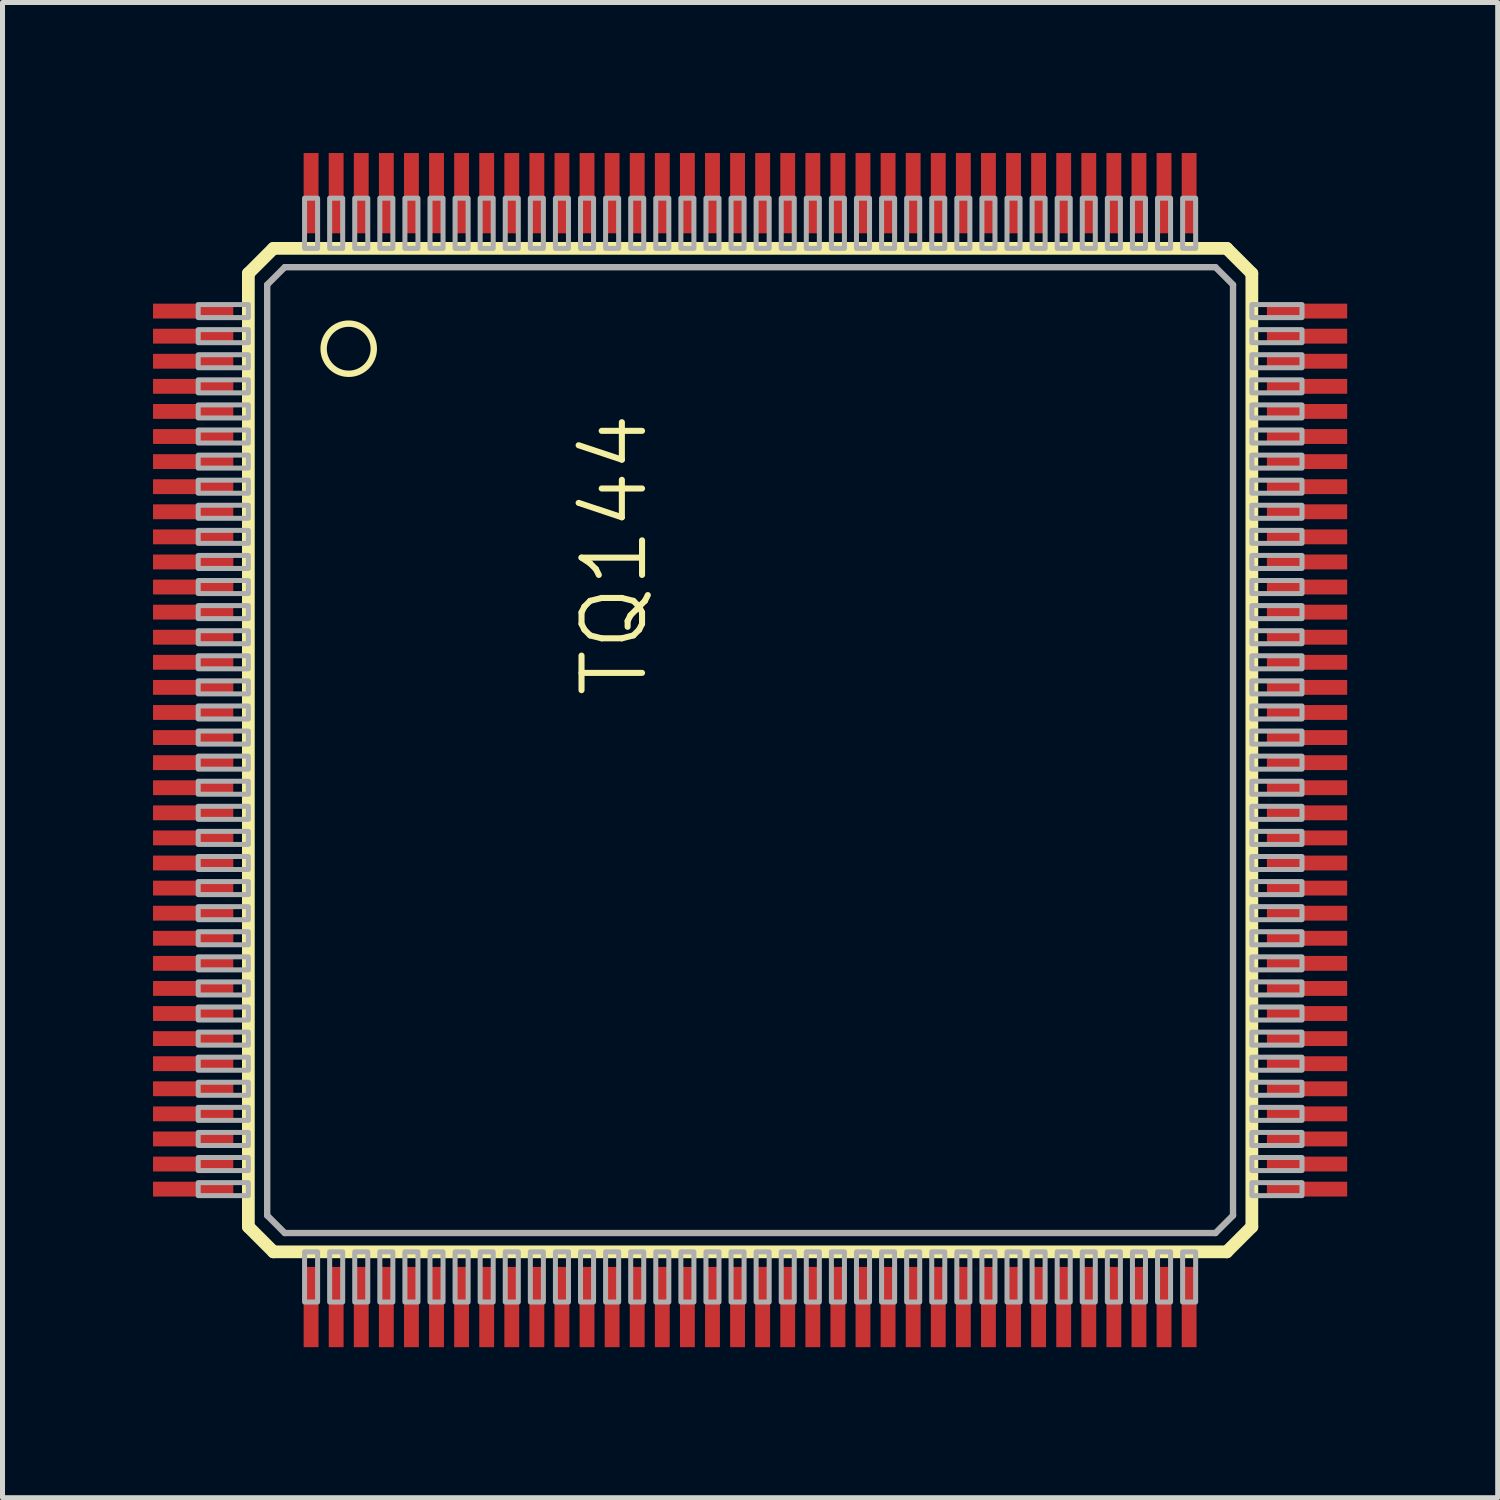
<source format=kicad_pcb>
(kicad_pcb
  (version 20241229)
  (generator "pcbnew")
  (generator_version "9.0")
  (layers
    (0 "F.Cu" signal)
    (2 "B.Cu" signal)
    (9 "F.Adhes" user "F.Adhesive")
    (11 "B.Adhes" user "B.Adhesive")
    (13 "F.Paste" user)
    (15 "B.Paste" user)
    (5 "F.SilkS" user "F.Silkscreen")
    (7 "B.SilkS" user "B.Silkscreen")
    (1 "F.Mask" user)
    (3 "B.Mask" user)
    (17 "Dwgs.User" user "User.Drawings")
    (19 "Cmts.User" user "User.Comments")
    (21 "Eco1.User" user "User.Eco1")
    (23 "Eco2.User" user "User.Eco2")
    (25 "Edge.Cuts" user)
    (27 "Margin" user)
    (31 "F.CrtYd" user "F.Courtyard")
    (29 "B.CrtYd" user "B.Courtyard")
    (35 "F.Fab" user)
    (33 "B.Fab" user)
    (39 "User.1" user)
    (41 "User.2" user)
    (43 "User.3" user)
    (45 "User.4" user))
  (footprint "TQ144"
    (layer "F.Cu")
    (at 11.9 11.9)
    (property "Reference" "TQ144" (at -2 -1 90) (layer "F.SilkS") (effects (font (size 1.206 1.206) (thickness 0.121)) (justify left bottom)))
    (attr through_hole)
    (fp_line (start -10 -9.5) (end -10 9.5) (stroke (width 0.254) (type solid)) (layer "F.SilkS"))
    (fp_line (start -10 9.5) (end -9.5 10) (stroke (width 0.254) (type solid)) (layer "F.SilkS"))
    (fp_line (start -9.5 -10) (end -10 -9.5) (stroke (width 0.254) (type solid)) (layer "F.SilkS"))
    (fp_line (start -9.5 10) (end 9.5 10) (stroke (width 0.254) (type solid)) (layer "F.SilkS"))
    (fp_line (start 9.5 -10) (end -9.5 -10) (stroke (width 0.254) (type solid)) (layer "F.SilkS"))
    (fp_line (start 9.5 10) (end 10 9.5) (stroke (width 0.254) (type solid)) (layer "F.SilkS"))
    (fp_line (start 10 -9.5) (end 9.5 -10) (stroke (width 0.254) (type solid)) (layer "F.SilkS"))
    (fp_line (start 10 9.5) (end 10 -9.5) (stroke (width 0.254) (type solid)) (layer "F.SilkS"))
    (fp_circle (center -8 -8) (end -7.5 -8) (stroke (width 0.127) (type solid)) (fill no) (layer "F.SilkS"))
    (fp_line (start -9.625 -9.275) (end -9.625 9.275) (stroke (width 0.127) (type solid)) (layer "F.Fab"))
    (fp_line (start -9.625 9.275) (end -9.275 9.625) (stroke (width 0.127) (type solid)) (layer "F.Fab"))
    (fp_line (start -9.275 -9.625) (end -9.625 -9.275) (stroke (width 0.127) (type solid)) (layer "F.Fab"))
    (fp_line (start -9.275 9.625) (end 9.275 9.625) (stroke (width 0.127) (type solid)) (layer "F.Fab"))
    (fp_line (start 9.275 -9.625) (end -9.275 -9.625) (stroke (width 0.127) (type solid)) (layer "F.Fab"))
    (fp_line (start 9.275 9.625) (end 9.625 9.275) (stroke (width 0.127) (type solid)) (layer "F.Fab"))
    (fp_line (start 9.625 -9.275) (end 9.275 -9.625) (stroke (width 0.127) (type solid)) (layer "F.Fab"))
    (fp_line (start 9.625 9.275) (end 9.625 -9.275) (stroke (width 0.127) (type solid)) (layer "F.Fab"))
    (fp_poly (pts (xy -11 -8.62) (xy -10 -8.62) (xy -10 -8.88) (xy -11 -8.88)) (stroke (width 0.1) (type solid)) (fill no) (layer "F.Fab"))
    (fp_poly (pts (xy -11 -8.12) (xy -10 -8.12) (xy -10 -8.38) (xy -11 -8.38)) (stroke (width 0.1) (type solid)) (fill no) (layer "F.Fab"))
    (fp_poly (pts (xy -11 -7.62) (xy -10 -7.62) (xy -10 -7.88) (xy -11 -7.88)) (stroke (width 0.1) (type solid)) (fill no) (layer "F.Fab"))
    (fp_poly (pts (xy -11 -7.12) (xy -10 -7.12) (xy -10 -7.38) (xy -11 -7.38)) (stroke (width 0.1) (type solid)) (fill no) (layer "F.Fab"))
    (fp_poly (pts (xy -11 -6.62) (xy -10 -6.62) (xy -10 -6.88) (xy -11 -6.88)) (stroke (width 0.1) (type solid)) (fill no) (layer "F.Fab"))
    (fp_poly (pts (xy -11 -6.12) (xy -10 -6.12) (xy -10 -6.38) (xy -11 -6.38)) (stroke (width 0.1) (type solid)) (fill no) (layer "F.Fab"))
    (fp_poly (pts (xy -11 -5.62) (xy -10 -5.62) (xy -10 -5.88) (xy -11 -5.88)) (stroke (width 0.1) (type solid)) (fill no) (layer "F.Fab"))
    (fp_poly (pts (xy -11 -5.12) (xy -10 -5.12) (xy -10 -5.38) (xy -11 -5.38)) (stroke (width 0.1) (type solid)) (fill no) (layer "F.Fab"))
    (fp_poly (pts (xy -11 -4.62) (xy -10 -4.62) (xy -10 -4.88) (xy -11 -4.88)) (stroke (width 0.1) (type solid)) (fill no) (layer "F.Fab"))
    (fp_poly (pts (xy -11 -4.12) (xy -10 -4.12) (xy -10 -4.38) (xy -11 -4.38)) (stroke (width 0.1) (type solid)) (fill no) (layer "F.Fab"))
    (fp_poly (pts (xy -11 -3.62) (xy -10 -3.62) (xy -10 -3.88) (xy -11 -3.88)) (stroke (width 0.1) (type solid)) (fill no) (layer "F.Fab"))
    (fp_poly (pts (xy -11 -3.12) (xy -10 -3.12) (xy -10 -3.38) (xy -11 -3.38)) (stroke (width 0.1) (type solid)) (fill no) (layer "F.Fab"))
    (fp_poly (pts (xy -11 -2.62) (xy -10 -2.62) (xy -10 -2.88) (xy -11 -2.88)) (stroke (width 0.1) (type solid)) (fill no) (layer "F.Fab"))
    (fp_poly (pts (xy -11 -2.12) (xy -10 -2.12) (xy -10 -2.38) (xy -11 -2.38)) (stroke (width 0.1) (type solid)) (fill no) (layer "F.Fab"))
    (fp_poly (pts (xy -11 -1.62) (xy -10 -1.62) (xy -10 -1.88) (xy -11 -1.88)) (stroke (width 0.1) (type solid)) (fill no) (layer "F.Fab"))
    (fp_poly (pts (xy -11 -1.12) (xy -10 -1.12) (xy -10 -1.38) (xy -11 -1.38)) (stroke (width 0.1) (type solid)) (fill no) (layer "F.Fab"))
    (fp_poly (pts (xy -11 -0.62) (xy -10 -0.62) (xy -10 -0.88) (xy -11 -0.88)) (stroke (width 0.1) (type solid)) (fill no) (layer "F.Fab"))
    (fp_poly (pts (xy -11 -0.12) (xy -10 -0.12) (xy -10 -0.38) (xy -11 -0.38)) (stroke (width 0.1) (type solid)) (fill no) (layer "F.Fab"))
    (fp_poly (pts (xy -11 0.38) (xy -10 0.38) (xy -10 0.12) (xy -11 0.12)) (stroke (width 0.1) (type solid)) (fill no) (layer "F.Fab"))
    (fp_poly (pts (xy -11 0.88) (xy -10 0.88) (xy -10 0.62) (xy -11 0.62)) (stroke (width 0.1) (type solid)) (fill no) (layer "F.Fab"))
    (fp_poly (pts (xy -11 1.38) (xy -10 1.38) (xy -10 1.12) (xy -11 1.12)) (stroke (width 0.1) (type solid)) (fill no) (layer "F.Fab"))
    (fp_poly (pts (xy -11 1.88) (xy -10 1.88) (xy -10 1.62) (xy -11 1.62)) (stroke (width 0.1) (type solid)) (fill no) (layer "F.Fab"))
    (fp_poly (pts (xy -11 2.38) (xy -10 2.38) (xy -10 2.12) (xy -11 2.12)) (stroke (width 0.1) (type solid)) (fill no) (layer "F.Fab"))
    (fp_poly (pts (xy -11 2.88) (xy -10 2.88) (xy -10 2.62) (xy -11 2.62)) (stroke (width 0.1) (type solid)) (fill no) (layer "F.Fab"))
    (fp_poly (pts (xy -11 3.38) (xy -10 3.38) (xy -10 3.12) (xy -11 3.12)) (stroke (width 0.1) (type solid)) (fill no) (layer "F.Fab"))
    (fp_poly (pts (xy -11 3.88) (xy -10 3.88) (xy -10 3.62) (xy -11 3.62)) (stroke (width 0.1) (type solid)) (fill no) (layer "F.Fab"))
    (fp_poly (pts (xy -11 4.38) (xy -10 4.38) (xy -10 4.12) (xy -11 4.12)) (stroke (width 0.1) (type solid)) (fill no) (layer "F.Fab"))
    (fp_poly (pts (xy -11 4.88) (xy -10 4.88) (xy -10 4.62) (xy -11 4.62)) (stroke (width 0.1) (type solid)) (fill no) (layer "F.Fab"))
    (fp_poly (pts (xy -11 5.38) (xy -10 5.38) (xy -10 5.12) (xy -11 5.12)) (stroke (width 0.1) (type solid)) (fill no) (layer "F.Fab"))
    (fp_poly (pts (xy -11 5.88) (xy -10 5.88) (xy -10 5.62) (xy -11 5.62)) (stroke (width 0.1) (type solid)) (fill no) (layer "F.Fab"))
    (fp_poly (pts (xy -11 6.38) (xy -10 6.38) (xy -10 6.12) (xy -11 6.12)) (stroke (width 0.1) (type solid)) (fill no) (layer "F.Fab"))
    (fp_poly (pts (xy -11 6.88) (xy -10 6.88) (xy -10 6.62) (xy -11 6.62)) (stroke (width 0.1) (type solid)) (fill no) (layer "F.Fab"))
    (fp_poly (pts (xy -11 7.38) (xy -10 7.38) (xy -10 7.12) (xy -11 7.12)) (stroke (width 0.1) (type solid)) (fill no) (layer "F.Fab"))
    (fp_poly (pts (xy -11 7.88) (xy -10 7.88) (xy -10 7.62) (xy -11 7.62)) (stroke (width 0.1) (type solid)) (fill no) (layer "F.Fab"))
    (fp_poly (pts (xy -11 8.38) (xy -10 8.38) (xy -10 8.12) (xy -11 8.12)) (stroke (width 0.1) (type solid)) (fill no) (layer "F.Fab"))
    (fp_poly (pts (xy -11 8.88) (xy -10 8.88) (xy -10 8.62) (xy -11 8.62)) (stroke (width 0.1) (type solid)) (fill no) (layer "F.Fab"))
    (fp_poly (pts (xy -8.88 -10) (xy -8.62 -10) (xy -8.62 -11) (xy -8.88 -11)) (stroke (width 0.1) (type solid)) (fill no) (layer "F.Fab"))
    (fp_poly (pts (xy -8.88 11) (xy -8.62 11) (xy -8.62 10) (xy -8.88 10)) (stroke (width 0.1) (type solid)) (fill no) (layer "F.Fab"))
    (fp_poly (pts (xy -8.38 -10) (xy -8.12 -10) (xy -8.12 -11) (xy -8.38 -11)) (stroke (width 0.1) (type solid)) (fill no) (layer "F.Fab"))
    (fp_poly (pts (xy -8.38 11) (xy -8.12 11) (xy -8.12 10) (xy -8.38 10)) (stroke (width 0.1) (type solid)) (fill no) (layer "F.Fab"))
    (fp_poly (pts (xy -7.88 -10) (xy -7.62 -10) (xy -7.62 -11) (xy -7.88 -11)) (stroke (width 0.1) (type solid)) (fill no) (layer "F.Fab"))
    (fp_poly (pts (xy -7.88 11) (xy -7.62 11) (xy -7.62 10) (xy -7.88 10)) (stroke (width 0.1) (type solid)) (fill no) (layer "F.Fab"))
    (fp_poly (pts (xy -7.38 -10) (xy -7.12 -10) (xy -7.12 -11) (xy -7.38 -11)) (stroke (width 0.1) (type solid)) (fill no) (layer "F.Fab"))
    (fp_poly (pts (xy -7.38 11) (xy -7.12 11) (xy -7.12 10) (xy -7.38 10)) (stroke (width 0.1) (type solid)) (fill no) (layer "F.Fab"))
    (fp_poly (pts (xy -6.88 -10) (xy -6.62 -10) (xy -6.62 -11) (xy -6.88 -11)) (stroke (width 0.1) (type solid)) (fill no) (layer "F.Fab"))
    (fp_poly (pts (xy -6.88 11) (xy -6.62 11) (xy -6.62 10) (xy -6.88 10)) (stroke (width 0.1) (type solid)) (fill no) (layer "F.Fab"))
    (fp_poly (pts (xy -6.38 -10) (xy -6.12 -10) (xy -6.12 -11) (xy -6.38 -11)) (stroke (width 0.1) (type solid)) (fill no) (layer "F.Fab"))
    (fp_poly (pts (xy -6.38 11) (xy -6.12 11) (xy -6.12 10) (xy -6.38 10)) (stroke (width 0.1) (type solid)) (fill no) (layer "F.Fab"))
    (fp_poly (pts (xy -5.88 -10) (xy -5.62 -10) (xy -5.62 -11) (xy -5.88 -11)) (stroke (width 0.1) (type solid)) (fill no) (layer "F.Fab"))
    (fp_poly (pts (xy -5.88 11) (xy -5.62 11) (xy -5.62 10) (xy -5.88 10)) (stroke (width 0.1) (type solid)) (fill no) (layer "F.Fab"))
    (fp_poly (pts (xy -5.38 -10) (xy -5.12 -10) (xy -5.12 -11) (xy -5.38 -11)) (stroke (width 0.1) (type solid)) (fill no) (layer "F.Fab"))
    (fp_poly (pts (xy -5.38 11) (xy -5.12 11) (xy -5.12 10) (xy -5.38 10)) (stroke (width 0.1) (type solid)) (fill no) (layer "F.Fab"))
    (fp_poly (pts (xy -4.88 -10) (xy -4.62 -10) (xy -4.62 -11) (xy -4.88 -11)) (stroke (width 0.1) (type solid)) (fill no) (layer "F.Fab"))
    (fp_poly (pts (xy -4.88 11) (xy -4.62 11) (xy -4.62 10) (xy -4.88 10)) (stroke (width 0.1) (type solid)) (fill no) (layer "F.Fab"))
    (fp_poly (pts (xy -4.38 -10) (xy -4.12 -10) (xy -4.12 -11) (xy -4.38 -11)) (stroke (width 0.1) (type solid)) (fill no) (layer "F.Fab"))
    (fp_poly (pts (xy -4.38 11) (xy -4.12 11) (xy -4.12 10) (xy -4.38 10)) (stroke (width 0.1) (type solid)) (fill no) (layer "F.Fab"))
    (fp_poly (pts (xy -3.88 -10) (xy -3.62 -10) (xy -3.62 -11) (xy -3.88 -11)) (stroke (width 0.1) (type solid)) (fill no) (layer "F.Fab"))
    (fp_poly (pts (xy -3.88 11) (xy -3.62 11) (xy -3.62 10) (xy -3.88 10)) (stroke (width 0.1) (type solid)) (fill no) (layer "F.Fab"))
    (fp_poly (pts (xy -3.38 -10) (xy -3.12 -10) (xy -3.12 -11) (xy -3.38 -11)) (stroke (width 0.1) (type solid)) (fill no) (layer "F.Fab"))
    (fp_poly (pts (xy -3.38 11) (xy -3.12 11) (xy -3.12 10) (xy -3.38 10)) (stroke (width 0.1) (type solid)) (fill no) (layer "F.Fab"))
    (fp_poly (pts (xy -2.88 -10) (xy -2.62 -10) (xy -2.62 -11) (xy -2.88 -11)) (stroke (width 0.1) (type solid)) (fill no) (layer "F.Fab"))
    (fp_poly (pts (xy -2.88 11) (xy -2.62 11) (xy -2.62 10) (xy -2.88 10)) (stroke (width 0.1) (type solid)) (fill no) (layer "F.Fab"))
    (fp_poly (pts (xy -2.38 -10) (xy -2.12 -10) (xy -2.12 -11) (xy -2.38 -11)) (stroke (width 0.1) (type solid)) (fill no) (layer "F.Fab"))
    (fp_poly (pts (xy -2.38 11) (xy -2.12 11) (xy -2.12 10) (xy -2.38 10)) (stroke (width 0.1) (type solid)) (fill no) (layer "F.Fab"))
    (fp_poly (pts (xy -1.88 -10) (xy -1.62 -10) (xy -1.62 -11) (xy -1.88 -11)) (stroke (width 0.1) (type solid)) (fill no) (layer "F.Fab"))
    (fp_poly (pts (xy -1.88 11) (xy -1.62 11) (xy -1.62 10) (xy -1.88 10)) (stroke (width 0.1) (type solid)) (fill no) (layer "F.Fab"))
    (fp_poly (pts (xy -1.38 -10) (xy -1.12 -10) (xy -1.12 -11) (xy -1.38 -11)) (stroke (width 0.1) (type solid)) (fill no) (layer "F.Fab"))
    (fp_poly (pts (xy -1.38 11) (xy -1.12 11) (xy -1.12 10) (xy -1.38 10)) (stroke (width 0.1) (type solid)) (fill no) (layer "F.Fab"))
    (fp_poly (pts (xy -0.88 -10) (xy -0.62 -10) (xy -0.62 -11) (xy -0.88 -11)) (stroke (width 0.1) (type solid)) (fill no) (layer "F.Fab"))
    (fp_poly (pts (xy -0.88 11) (xy -0.62 11) (xy -0.62 10) (xy -0.88 10)) (stroke (width 0.1) (type solid)) (fill no) (layer "F.Fab"))
    (fp_poly (pts (xy -0.38 -10) (xy -0.12 -10) (xy -0.12 -11) (xy -0.38 -11)) (stroke (width 0.1) (type solid)) (fill no) (layer "F.Fab"))
    (fp_poly (pts (xy -0.38 11) (xy -0.12 11) (xy -0.12 10) (xy -0.38 10)) (stroke (width 0.1) (type solid)) (fill no) (layer "F.Fab"))
    (fp_poly (pts (xy 0.12 -10) (xy 0.38 -10) (xy 0.38 -11) (xy 0.12 -11)) (stroke (width 0.1) (type solid)) (fill no) (layer "F.Fab"))
    (fp_poly (pts (xy 0.12 11) (xy 0.38 11) (xy 0.38 10) (xy 0.12 10)) (stroke (width 0.1) (type solid)) (fill no) (layer "F.Fab"))
    (fp_poly (pts (xy 0.62 -10) (xy 0.88 -10) (xy 0.88 -11) (xy 0.62 -11)) (stroke (width 0.1) (type solid)) (fill no) (layer "F.Fab"))
    (fp_poly (pts (xy 0.62 11) (xy 0.88 11) (xy 0.88 10) (xy 0.62 10)) (stroke (width 0.1) (type solid)) (fill no) (layer "F.Fab"))
    (fp_poly (pts (xy 1.12 -10) (xy 1.38 -10) (xy 1.38 -11) (xy 1.12 -11)) (stroke (width 0.1) (type solid)) (fill no) (layer "F.Fab"))
    (fp_poly (pts (xy 1.12 11) (xy 1.38 11) (xy 1.38 10) (xy 1.12 10)) (stroke (width 0.1) (type solid)) (fill no) (layer "F.Fab"))
    (fp_poly (pts (xy 1.62 -10) (xy 1.88 -10) (xy 1.88 -11) (xy 1.62 -11)) (stroke (width 0.1) (type solid)) (fill no) (layer "F.Fab"))
    (fp_poly (pts (xy 1.62 11) (xy 1.88 11) (xy 1.88 10) (xy 1.62 10)) (stroke (width 0.1) (type solid)) (fill no) (layer "F.Fab"))
    (fp_poly (pts (xy 2.12 -10) (xy 2.38 -10) (xy 2.38 -11) (xy 2.12 -11)) (stroke (width 0.1) (type solid)) (fill no) (layer "F.Fab"))
    (fp_poly (pts (xy 2.12 11) (xy 2.38 11) (xy 2.38 10) (xy 2.12 10)) (stroke (width 0.1) (type solid)) (fill no) (layer "F.Fab"))
    (fp_poly (pts (xy 2.62 -10) (xy 2.88 -10) (xy 2.88 -11) (xy 2.62 -11)) (stroke (width 0.1) (type solid)) (fill no) (layer "F.Fab"))
    (fp_poly (pts (xy 2.62 11) (xy 2.88 11) (xy 2.88 10) (xy 2.62 10)) (stroke (width 0.1) (type solid)) (fill no) (layer "F.Fab"))
    (fp_poly (pts (xy 3.12 -10) (xy 3.38 -10) (xy 3.38 -11) (xy 3.12 -11)) (stroke (width 0.1) (type solid)) (fill no) (layer "F.Fab"))
    (fp_poly (pts (xy 3.12 11) (xy 3.38 11) (xy 3.38 10) (xy 3.12 10)) (stroke (width 0.1) (type solid)) (fill no) (layer "F.Fab"))
    (fp_poly (pts (xy 3.62 -10) (xy 3.88 -10) (xy 3.88 -11) (xy 3.62 -11)) (stroke (width 0.1) (type solid)) (fill no) (layer "F.Fab"))
    (fp_poly (pts (xy 3.62 11) (xy 3.88 11) (xy 3.88 10) (xy 3.62 10)) (stroke (width 0.1) (type solid)) (fill no) (layer "F.Fab"))
    (fp_poly (pts (xy 4.12 -10) (xy 4.38 -10) (xy 4.38 -11) (xy 4.12 -11)) (stroke (width 0.1) (type solid)) (fill no) (layer "F.Fab"))
    (fp_poly (pts (xy 4.12 11) (xy 4.38 11) (xy 4.38 10) (xy 4.12 10)) (stroke (width 0.1) (type solid)) (fill no) (layer "F.Fab"))
    (fp_poly (pts (xy 4.62 -10) (xy 4.88 -10) (xy 4.88 -11) (xy 4.62 -11)) (stroke (width 0.1) (type solid)) (fill no) (layer "F.Fab"))
    (fp_poly (pts (xy 4.62 11) (xy 4.88 11) (xy 4.88 10) (xy 4.62 10)) (stroke (width 0.1) (type solid)) (fill no) (layer "F.Fab"))
    (fp_poly (pts (xy 5.12 -10) (xy 5.38 -10) (xy 5.38 -11) (xy 5.12 -11)) (stroke (width 0.1) (type solid)) (fill no) (layer "F.Fab"))
    (fp_poly (pts (xy 5.12 11) (xy 5.38 11) (xy 5.38 10) (xy 5.12 10)) (stroke (width 0.1) (type solid)) (fill no) (layer "F.Fab"))
    (fp_poly (pts (xy 5.62 -10) (xy 5.88 -10) (xy 5.88 -11) (xy 5.62 -11)) (stroke (width 0.1) (type solid)) (fill no) (layer "F.Fab"))
    (fp_poly (pts (xy 5.62 11) (xy 5.88 11) (xy 5.88 10) (xy 5.62 10)) (stroke (width 0.1) (type solid)) (fill no) (layer "F.Fab"))
    (fp_poly (pts (xy 6.12 -10) (xy 6.38 -10) (xy 6.38 -11) (xy 6.12 -11)) (stroke (width 0.1) (type solid)) (fill no) (layer "F.Fab"))
    (fp_poly (pts (xy 6.12 11) (xy 6.38 11) (xy 6.38 10) (xy 6.12 10)) (stroke (width 0.1) (type solid)) (fill no) (layer "F.Fab"))
    (fp_poly (pts (xy 6.62 -10) (xy 6.88 -10) (xy 6.88 -11) (xy 6.62 -11)) (stroke (width 0.1) (type solid)) (fill no) (layer "F.Fab"))
    (fp_poly (pts (xy 6.62 11) (xy 6.88 11) (xy 6.88 10) (xy 6.62 10)) (stroke (width 0.1) (type solid)) (fill no) (layer "F.Fab"))
    (fp_poly (pts (xy 7.12 -10) (xy 7.38 -10) (xy 7.38 -11) (xy 7.12 -11)) (stroke (width 0.1) (type solid)) (fill no) (layer "F.Fab"))
    (fp_poly (pts (xy 7.12 11) (xy 7.38 11) (xy 7.38 10) (xy 7.12 10)) (stroke (width 0.1) (type solid)) (fill no) (layer "F.Fab"))
    (fp_poly (pts (xy 7.62 -10) (xy 7.88 -10) (xy 7.88 -11) (xy 7.62 -11)) (stroke (width 0.1) (type solid)) (fill no) (layer "F.Fab"))
    (fp_poly (pts (xy 7.62 11) (xy 7.88 11) (xy 7.88 10) (xy 7.62 10)) (stroke (width 0.1) (type solid)) (fill no) (layer "F.Fab"))
    (fp_poly (pts (xy 8.12 -10) (xy 8.38 -10) (xy 8.38 -11) (xy 8.12 -11)) (stroke (width 0.1) (type solid)) (fill no) (layer "F.Fab"))
    (fp_poly (pts (xy 8.12 11) (xy 8.38 11) (xy 8.38 10) (xy 8.12 10)) (stroke (width 0.1) (type solid)) (fill no) (layer "F.Fab"))
    (fp_poly (pts (xy 8.62 -10) (xy 8.88 -10) (xy 8.88 -11) (xy 8.62 -11)) (stroke (width 0.1) (type solid)) (fill no) (layer "F.Fab"))
    (fp_poly (pts (xy 8.62 11) (xy 8.88 11) (xy 8.88 10) (xy 8.62 10)) (stroke (width 0.1) (type solid)) (fill no) (layer "F.Fab"))
    (fp_poly (pts (xy 10 -8.62) (xy 11 -8.62) (xy 11 -8.88) (xy 10 -8.88)) (stroke (width 0.1) (type solid)) (fill no) (layer "F.Fab"))
    (fp_poly (pts (xy 10 -8.12) (xy 11 -8.12) (xy 11 -8.38) (xy 10 -8.38)) (stroke (width 0.1) (type solid)) (fill no) (layer "F.Fab"))
    (fp_poly (pts (xy 10 -7.62) (xy 11 -7.62) (xy 11 -7.88) (xy 10 -7.88)) (stroke (width 0.1) (type solid)) (fill no) (layer "F.Fab"))
    (fp_poly (pts (xy 10 -7.12) (xy 11 -7.12) (xy 11 -7.38) (xy 10 -7.38)) (stroke (width 0.1) (type solid)) (fill no) (layer "F.Fab"))
    (fp_poly (pts (xy 10 -6.62) (xy 11 -6.62) (xy 11 -6.88) (xy 10 -6.88)) (stroke (width 0.1) (type solid)) (fill no) (layer "F.Fab"))
    (fp_poly (pts (xy 10 -6.12) (xy 11 -6.12) (xy 11 -6.38) (xy 10 -6.38)) (stroke (width 0.1) (type solid)) (fill no) (layer "F.Fab"))
    (fp_poly (pts (xy 10 -5.62) (xy 11 -5.62) (xy 11 -5.88) (xy 10 -5.88)) (stroke (width 0.1) (type solid)) (fill no) (layer "F.Fab"))
    (fp_poly (pts (xy 10 -5.12) (xy 11 -5.12) (xy 11 -5.38) (xy 10 -5.38)) (stroke (width 0.1) (type solid)) (fill no) (layer "F.Fab"))
    (fp_poly (pts (xy 10 -4.62) (xy 11 -4.62) (xy 11 -4.88) (xy 10 -4.88)) (stroke (width 0.1) (type solid)) (fill no) (layer "F.Fab"))
    (fp_poly (pts (xy 10 -4.12) (xy 11 -4.12) (xy 11 -4.38) (xy 10 -4.38)) (stroke (width 0.1) (type solid)) (fill no) (layer "F.Fab"))
    (fp_poly (pts (xy 10 -3.62) (xy 11 -3.62) (xy 11 -3.88) (xy 10 -3.88)) (stroke (width 0.1) (type solid)) (fill no) (layer "F.Fab"))
    (fp_poly (pts (xy 10 -3.12) (xy 11 -3.12) (xy 11 -3.38) (xy 10 -3.38)) (stroke (width 0.1) (type solid)) (fill no) (layer "F.Fab"))
    (fp_poly (pts (xy 10 -2.62) (xy 11 -2.62) (xy 11 -2.88) (xy 10 -2.88)) (stroke (width 0.1) (type solid)) (fill no) (layer "F.Fab"))
    (fp_poly (pts (xy 10 -2.12) (xy 11 -2.12) (xy 11 -2.38) (xy 10 -2.38)) (stroke (width 0.1) (type solid)) (fill no) (layer "F.Fab"))
    (fp_poly (pts (xy 10 -1.62) (xy 11 -1.62) (xy 11 -1.88) (xy 10 -1.88)) (stroke (width 0.1) (type solid)) (fill no) (layer "F.Fab"))
    (fp_poly (pts (xy 10 -1.12) (xy 11 -1.12) (xy 11 -1.38) (xy 10 -1.38)) (stroke (width 0.1) (type solid)) (fill no) (layer "F.Fab"))
    (fp_poly (pts (xy 10 -0.62) (xy 11 -0.62) (xy 11 -0.88) (xy 10 -0.88)) (stroke (width 0.1) (type solid)) (fill no) (layer "F.Fab"))
    (fp_poly (pts (xy 10 -0.12) (xy 11 -0.12) (xy 11 -0.38) (xy 10 -0.38)) (stroke (width 0.1) (type solid)) (fill no) (layer "F.Fab"))
    (fp_poly (pts (xy 10 0.38) (xy 11 0.38) (xy 11 0.12) (xy 10 0.12)) (stroke (width 0.1) (type solid)) (fill no) (layer "F.Fab"))
    (fp_poly (pts (xy 10 0.88) (xy 11 0.88) (xy 11 0.62) (xy 10 0.62)) (stroke (width 0.1) (type solid)) (fill no) (layer "F.Fab"))
    (fp_poly (pts (xy 10 1.38) (xy 11 1.38) (xy 11 1.12) (xy 10 1.12)) (stroke (width 0.1) (type solid)) (fill no) (layer "F.Fab"))
    (fp_poly (pts (xy 10 1.88) (xy 11 1.88) (xy 11 1.62) (xy 10 1.62)) (stroke (width 0.1) (type solid)) (fill no) (layer "F.Fab"))
    (fp_poly (pts (xy 10 2.38) (xy 11 2.38) (xy 11 2.12) (xy 10 2.12)) (stroke (width 0.1) (type solid)) (fill no) (layer "F.Fab"))
    (fp_poly (pts (xy 10 2.88) (xy 11 2.88) (xy 11 2.62) (xy 10 2.62)) (stroke (width 0.1) (type solid)) (fill no) (layer "F.Fab"))
    (fp_poly (pts (xy 10 3.38) (xy 11 3.38) (xy 11 3.12) (xy 10 3.12)) (stroke (width 0.1) (type solid)) (fill no) (layer "F.Fab"))
    (fp_poly (pts (xy 10 3.88) (xy 11 3.88) (xy 11 3.62) (xy 10 3.62)) (stroke (width 0.1) (type solid)) (fill no) (layer "F.Fab"))
    (fp_poly (pts (xy 10 4.38) (xy 11 4.38) (xy 11 4.12) (xy 10 4.12)) (stroke (width 0.1) (type solid)) (fill no) (layer "F.Fab"))
    (fp_poly (pts (xy 10 4.88) (xy 11 4.88) (xy 11 4.62) (xy 10 4.62)) (stroke (width 0.1) (type solid)) (fill no) (layer "F.Fab"))
    (fp_poly (pts (xy 10 5.38) (xy 11 5.38) (xy 11 5.12) (xy 10 5.12)) (stroke (width 0.1) (type solid)) (fill no) (layer "F.Fab"))
    (fp_poly (pts (xy 10 5.88) (xy 11 5.88) (xy 11 5.62) (xy 10 5.62)) (stroke (width 0.1) (type solid)) (fill no) (layer "F.Fab"))
    (fp_poly (pts (xy 10 6.38) (xy 11 6.38) (xy 11 6.12) (xy 10 6.12)) (stroke (width 0.1) (type solid)) (fill no) (layer "F.Fab"))
    (fp_poly (pts (xy 10 6.88) (xy 11 6.88) (xy 11 6.62) (xy 10 6.62)) (stroke (width 0.1) (type solid)) (fill no) (layer "F.Fab"))
    (fp_poly (pts (xy 10 7.38) (xy 11 7.38) (xy 11 7.12) (xy 10 7.12)) (stroke (width 0.1) (type solid)) (fill no) (layer "F.Fab"))
    (fp_poly (pts (xy 10 7.88) (xy 11 7.88) (xy 11 7.62) (xy 10 7.62)) (stroke (width 0.1) (type solid)) (fill no) (layer "F.Fab"))
    (fp_poly (pts (xy 10 8.38) (xy 11 8.38) (xy 11 8.12) (xy 10 8.12)) (stroke (width 0.1) (type solid)) (fill no) (layer "F.Fab"))
    (fp_poly (pts (xy 10 8.88) (xy 11 8.88) (xy 11 8.62) (xy 10 8.62)) (stroke (width 0.1) (type solid)) (fill no) (layer "F.Fab"))
    (pad "P1" smd rect (at -11.1 -8.75) (size 1.6 0.296) (layers "F.Cu" "F.Mask" "F.Paste"))
    (pad "P2" smd rect (at -11.1 -8.25) (size 1.6 0.296) (layers "F.Cu" "F.Mask" "F.Paste"))
    (pad "P3" smd rect (at -11.1 -7.75) (size 1.6 0.296) (layers "F.Cu" "F.Mask" "F.Paste"))
    (pad "P4" smd rect (at -11.1 -7.25) (size 1.6 0.296) (layers "F.Cu" "F.Mask" "F.Paste"))
    (pad "P5" smd rect (at -11.1 -6.75) (size 1.6 0.296) (layers "F.Cu" "F.Mask" "F.Paste"))
    (pad "P6" smd rect (at -11.1 -6.25) (size 1.6 0.296) (layers "F.Cu" "F.Mask" "F.Paste"))
    (pad "P7" smd rect (at -11.1 -5.75) (size 1.6 0.296) (layers "F.Cu" "F.Mask" "F.Paste"))
    (pad "P8" smd rect (at -11.1 -5.25) (size 1.6 0.296) (layers "F.Cu" "F.Mask" "F.Paste"))
    (pad "P9" smd rect (at -11.1 -4.75) (size 1.6 0.296) (layers "F.Cu" "F.Mask" "F.Paste"))
    (pad "P10" smd rect (at -11.1 -4.25) (size 1.6 0.296) (layers "F.Cu" "F.Mask" "F.Paste"))
    (pad "P11" smd rect (at -11.1 -3.75) (size 1.6 0.296) (layers "F.Cu" "F.Mask" "F.Paste"))
    (pad "P12" smd rect (at -11.1 -3.25) (size 1.6 0.296) (layers "F.Cu" "F.Mask" "F.Paste"))
    (pad "P13" smd rect (at -11.1 -2.75) (size 1.6 0.296) (layers "F.Cu" "F.Mask" "F.Paste"))
    (pad "P14" smd rect (at -11.1 -2.25) (size 1.6 0.296) (layers "F.Cu" "F.Mask" "F.Paste"))
    (pad "P15" smd rect (at -11.1 -1.75) (size 1.6 0.296) (layers "F.Cu" "F.Mask" "F.Paste"))
    (pad "P16" smd rect (at -11.1 -1.25) (size 1.6 0.296) (layers "F.Cu" "F.Mask" "F.Paste"))
    (pad "P17" smd rect (at -11.1 -0.75) (size 1.6 0.296) (layers "F.Cu" "F.Mask" "F.Paste"))
    (pad "P18" smd rect (at -11.1 -0.25) (size 1.6 0.296) (layers "F.Cu" "F.Mask" "F.Paste"))
    (pad "P19" smd rect (at -11.1 0.25) (size 1.6 0.296) (layers "F.Cu" "F.Mask" "F.Paste"))
    (pad "P20" smd rect (at -11.1 0.75) (size 1.6 0.296) (layers "F.Cu" "F.Mask" "F.Paste"))
    (pad "P21" smd rect (at -11.1 1.25) (size 1.6 0.296) (layers "F.Cu" "F.Mask" "F.Paste"))
    (pad "P22" smd rect (at -11.1 1.75) (size 1.6 0.296) (layers "F.Cu" "F.Mask" "F.Paste"))
    (pad "P23" smd rect (at -11.1 2.25) (size 1.6 0.296) (layers "F.Cu" "F.Mask" "F.Paste"))
    (pad "P24" smd rect (at -11.1 2.75) (size 1.6 0.296) (layers "F.Cu" "F.Mask" "F.Paste"))
    (pad "P25" smd rect (at -11.1 3.25) (size 1.6 0.296) (layers "F.Cu" "F.Mask" "F.Paste"))
    (pad "P26" smd rect (at -11.1 3.75) (size 1.6 0.296) (layers "F.Cu" "F.Mask" "F.Paste"))
    (pad "P27" smd rect (at -11.1 4.25) (size 1.6 0.296) (layers "F.Cu" "F.Mask" "F.Paste"))
    (pad "P28" smd rect (at -11.1 4.75) (size 1.6 0.296) (layers "F.Cu" "F.Mask" "F.Paste"))
    (pad "P29" smd rect (at -11.1 5.25) (size 1.6 0.296) (layers "F.Cu" "F.Mask" "F.Paste"))
    (pad "P30" smd rect (at -11.1 5.75) (size 1.6 0.296) (layers "F.Cu" "F.Mask" "F.Paste"))
    (pad "P31" smd rect (at -11.1 6.25) (size 1.6 0.296) (layers "F.Cu" "F.Mask" "F.Paste"))
    (pad "P32" smd rect (at -11.1 6.75) (size 1.6 0.296) (layers "F.Cu" "F.Mask" "F.Paste"))
    (pad "P33" smd rect (at -11.1 7.25) (size 1.6 0.296) (layers "F.Cu" "F.Mask" "F.Paste"))
    (pad "P34" smd rect (at -11.1 7.75) (size 1.6 0.296) (layers "F.Cu" "F.Mask" "F.Paste"))
    (pad "P35" smd rect (at -11.1 8.25) (size 1.6 0.296) (layers "F.Cu" "F.Mask" "F.Paste"))
    (pad "P36" smd rect (at -11.1 8.75) (size 1.6 0.296) (layers "F.Cu" "F.Mask" "F.Paste"))
    (pad "P37" smd rect (at -8.75 11.1 90) (size 1.6 0.296) (layers "F.Cu" "F.Mask" "F.Paste"))
    (pad "P38" smd rect (at -8.25 11.1 90) (size 1.6 0.296) (layers "F.Cu" "F.Mask" "F.Paste"))
    (pad "P39" smd rect (at -7.75 11.1 90) (size 1.6 0.296) (layers "F.Cu" "F.Mask" "F.Paste"))
    (pad "P40" smd rect (at -7.25 11.1 90) (size 1.6 0.296) (layers "F.Cu" "F.Mask" "F.Paste"))
    (pad "P41" smd rect (at -6.75 11.1 90) (size 1.6 0.296) (layers "F.Cu" "F.Mask" "F.Paste"))
    (pad "P42" smd rect (at -6.25 11.1 90) (size 1.6 0.296) (layers "F.Cu" "F.Mask" "F.Paste"))
    (pad "P43" smd rect (at -5.75 11.1 90) (size 1.6 0.296) (layers "F.Cu" "F.Mask" "F.Paste"))
    (pad "P44" smd rect (at -5.25 11.1 90) (size 1.6 0.296) (layers "F.Cu" "F.Mask" "F.Paste"))
    (pad "P45" smd rect (at -4.75 11.1 90) (size 1.6 0.296) (layers "F.Cu" "F.Mask" "F.Paste"))
    (pad "P46" smd rect (at -4.25 11.1 90) (size 1.6 0.296) (layers "F.Cu" "F.Mask" "F.Paste"))
    (pad "P47" smd rect (at -3.75 11.1 90) (size 1.6 0.296) (layers "F.Cu" "F.Mask" "F.Paste"))
    (pad "P48" smd rect (at -3.25 11.1 90) (size 1.6 0.296) (layers "F.Cu" "F.Mask" "F.Paste"))
    (pad "P49" smd rect (at -2.75 11.1 90) (size 1.6 0.296) (layers "F.Cu" "F.Mask" "F.Paste"))
    (pad "P50" smd rect (at -2.25 11.1 90) (size 1.6 0.296) (layers "F.Cu" "F.Mask" "F.Paste"))
    (pad "P51" smd rect (at -1.75 11.1 90) (size 1.6 0.296) (layers "F.Cu" "F.Mask" "F.Paste"))
    (pad "P52" smd rect (at -1.25 11.1 90) (size 1.6 0.296) (layers "F.Cu" "F.Mask" "F.Paste"))
    (pad "P53" smd rect (at -0.75 11.1 90) (size 1.6 0.296) (layers "F.Cu" "F.Mask" "F.Paste"))
    (pad "P54" smd rect (at -0.25 11.1 90) (size 1.6 0.296) (layers "F.Cu" "F.Mask" "F.Paste"))
    (pad "P55" smd rect (at 0.25 11.1 90) (size 1.6 0.296) (layers "F.Cu" "F.Mask" "F.Paste"))
    (pad "P56" smd rect (at 0.75 11.1 90) (size 1.6 0.296) (layers "F.Cu" "F.Mask" "F.Paste"))
    (pad "P57" smd rect (at 1.25 11.1 90) (size 1.6 0.296) (layers "F.Cu" "F.Mask" "F.Paste"))
    (pad "P58" smd rect (at 1.75 11.1 90) (size 1.6 0.296) (layers "F.Cu" "F.Mask" "F.Paste"))
    (pad "P59" smd rect (at 2.25 11.1 90) (size 1.6 0.296) (layers "F.Cu" "F.Mask" "F.Paste"))
    (pad "P60" smd rect (at 2.75 11.1 90) (size 1.6 0.296) (layers "F.Cu" "F.Mask" "F.Paste"))
    (pad "P61" smd rect (at 3.25 11.1 90) (size 1.6 0.296) (layers "F.Cu" "F.Mask" "F.Paste"))
    (pad "P62" smd rect (at 3.75 11.1 90) (size 1.6 0.296) (layers "F.Cu" "F.Mask" "F.Paste"))
    (pad "P63" smd rect (at 4.25 11.1 90) (size 1.6 0.296) (layers "F.Cu" "F.Mask" "F.Paste"))
    (pad "P64" smd rect (at 4.75 11.1 90) (size 1.6 0.296) (layers "F.Cu" "F.Mask" "F.Paste"))
    (pad "P65" smd rect (at 5.25 11.1 90) (size 1.6 0.296) (layers "F.Cu" "F.Mask" "F.Paste"))
    (pad "P66" smd rect (at 5.75 11.1 90) (size 1.6 0.296) (layers "F.Cu" "F.Mask" "F.Paste"))
    (pad "P67" smd rect (at 6.25 11.1 90) (size 1.6 0.296) (layers "F.Cu" "F.Mask" "F.Paste"))
    (pad "P68" smd rect (at 6.75 11.1 90) (size 1.6 0.296) (layers "F.Cu" "F.Mask" "F.Paste"))
    (pad "P69" smd rect (at 7.25 11.1 90) (size 1.6 0.296) (layers "F.Cu" "F.Mask" "F.Paste"))
    (pad "P70" smd rect (at 7.75 11.1 90) (size 1.6 0.296) (layers "F.Cu" "F.Mask" "F.Paste"))
    (pad "P71" smd rect (at 8.25 11.1 90) (size 1.6 0.296) (layers "F.Cu" "F.Mask" "F.Paste"))
    (pad "P72" smd rect (at 8.75 11.1 90) (size 1.6 0.296) (layers "F.Cu" "F.Mask" "F.Paste"))
    (pad "P73" smd rect (at 11.1 8.75) (size 1.6 0.296) (layers "F.Cu" "F.Mask" "F.Paste"))
    (pad "P74" smd rect (at 11.1 8.25) (size 1.6 0.296) (layers "F.Cu" "F.Mask" "F.Paste"))
    (pad "P75" smd rect (at 11.1 7.75) (size 1.6 0.296) (layers "F.Cu" "F.Mask" "F.Paste"))
    (pad "P76" smd rect (at 11.1 7.25) (size 1.6 0.296) (layers "F.Cu" "F.Mask" "F.Paste"))
    (pad "P77" smd rect (at 11.1 6.75) (size 1.6 0.296) (layers "F.Cu" "F.Mask" "F.Paste"))
    (pad "P78" smd rect (at 11.1 6.25) (size 1.6 0.296) (layers "F.Cu" "F.Mask" "F.Paste"))
    (pad "P79" smd rect (at 11.1 5.75) (size 1.6 0.296) (layers "F.Cu" "F.Mask" "F.Paste"))
    (pad "P80" smd rect (at 11.1 5.25) (size 1.6 0.296) (layers "F.Cu" "F.Mask" "F.Paste"))
    (pad "P81" smd rect (at 11.1 4.75) (size 1.6 0.296) (layers "F.Cu" "F.Mask" "F.Paste"))
    (pad "P82" smd rect (at 11.1 4.25) (size 1.6 0.296) (layers "F.Cu" "F.Mask" "F.Paste"))
    (pad "P83" smd rect (at 11.1 3.75) (size 1.6 0.296) (layers "F.Cu" "F.Mask" "F.Paste"))
    (pad "P84" smd rect (at 11.1 3.25) (size 1.6 0.296) (layers "F.Cu" "F.Mask" "F.Paste"))
    (pad "P85" smd rect (at 11.1 2.75) (size 1.6 0.296) (layers "F.Cu" "F.Mask" "F.Paste"))
    (pad "P86" smd rect (at 11.1 2.25) (size 1.6 0.296) (layers "F.Cu" "F.Mask" "F.Paste"))
    (pad "P87" smd rect (at 11.1 1.75) (size 1.6 0.296) (layers "F.Cu" "F.Mask" "F.Paste"))
    (pad "P88" smd rect (at 11.1 1.25) (size 1.6 0.296) (layers "F.Cu" "F.Mask" "F.Paste"))
    (pad "P89" smd rect (at 11.1 0.75) (size 1.6 0.296) (layers "F.Cu" "F.Mask" "F.Paste"))
    (pad "P90" smd rect (at 11.1 0.25) (size 1.6 0.296) (layers "F.Cu" "F.Mask" "F.Paste"))
    (pad "P91" smd rect (at 11.1 -0.25) (size 1.6 0.296) (layers "F.Cu" "F.Mask" "F.Paste"))
    (pad "P92" smd rect (at 11.1 -0.75) (size 1.6 0.296) (layers "F.Cu" "F.Mask" "F.Paste"))
    (pad "P93" smd rect (at 11.1 -1.25) (size 1.6 0.296) (layers "F.Cu" "F.Mask" "F.Paste"))
    (pad "P94" smd rect (at 11.1 -1.75) (size 1.6 0.296) (layers "F.Cu" "F.Mask" "F.Paste"))
    (pad "P95" smd rect (at 11.1 -2.25) (size 1.6 0.296) (layers "F.Cu" "F.Mask" "F.Paste"))
    (pad "P96" smd rect (at 11.1 -2.75) (size 1.6 0.296) (layers "F.Cu" "F.Mask" "F.Paste"))
    (pad "P97" smd rect (at 11.1 -3.25) (size 1.6 0.296) (layers "F.Cu" "F.Mask" "F.Paste"))
    (pad "P98" smd rect (at 11.1 -3.75) (size 1.6 0.296) (layers "F.Cu" "F.Mask" "F.Paste"))
    (pad "P99" smd rect (at 11.1 -4.25) (size 1.6 0.296) (layers "F.Cu" "F.Mask" "F.Paste"))
    (pad "P100" smd rect (at 11.1 -4.75) (size 1.6 0.296) (layers "F.Cu" "F.Mask" "F.Paste"))
    (pad "P101" smd rect (at 11.1 -5.25) (size 1.6 0.296) (layers "F.Cu" "F.Mask" "F.Paste"))
    (pad "P102" smd rect (at 11.1 -5.75) (size 1.6 0.296) (layers "F.Cu" "F.Mask" "F.Paste"))
    (pad "P103" smd rect (at 11.1 -6.25) (size 1.6 0.296) (layers "F.Cu" "F.Mask" "F.Paste"))
    (pad "P104" smd rect (at 11.1 -6.75) (size 1.6 0.296) (layers "F.Cu" "F.Mask" "F.Paste"))
    (pad "P105" smd rect (at 11.1 -7.25) (size 1.6 0.296) (layers "F.Cu" "F.Mask" "F.Paste"))
    (pad "P106" smd rect (at 11.1 -7.75) (size 1.6 0.296) (layers "F.Cu" "F.Mask" "F.Paste"))
    (pad "P107" smd rect (at 11.1 -8.25) (size 1.6 0.296) (layers "F.Cu" "F.Mask" "F.Paste"))
    (pad "P108" smd rect (at 11.1 -8.75) (size 1.6 0.296) (layers "F.Cu" "F.Mask" "F.Paste"))
    (pad "P109" smd rect (at 8.75 -11.1 90) (size 1.6 0.296) (layers "F.Cu" "F.Mask" "F.Paste"))
    (pad "P110" smd rect (at 8.25 -11.1 90) (size 1.6 0.296) (layers "F.Cu" "F.Mask" "F.Paste"))
    (pad "P111" smd rect (at 7.75 -11.1 90) (size 1.6 0.296) (layers "F.Cu" "F.Mask" "F.Paste"))
    (pad "P112" smd rect (at 7.25 -11.1 90) (size 1.6 0.296) (layers "F.Cu" "F.Mask" "F.Paste"))
    (pad "P113" smd rect (at 6.75 -11.1 90) (size 1.6 0.296) (layers "F.Cu" "F.Mask" "F.Paste"))
    (pad "P114" smd rect (at 6.25 -11.1 90) (size 1.6 0.296) (layers "F.Cu" "F.Mask" "F.Paste"))
    (pad "P115" smd rect (at 5.75 -11.1 90) (size 1.6 0.296) (layers "F.Cu" "F.Mask" "F.Paste"))
    (pad "P116" smd rect (at 5.25 -11.1 90) (size 1.6 0.296) (layers "F.Cu" "F.Mask" "F.Paste"))
    (pad "P117" smd rect (at 4.75 -11.1 90) (size 1.6 0.296) (layers "F.Cu" "F.Mask" "F.Paste"))
    (pad "P118" smd rect (at 4.25 -11.1 90) (size 1.6 0.296) (layers "F.Cu" "F.Mask" "F.Paste"))
    (pad "P119" smd rect (at 3.75 -11.1 90) (size 1.6 0.296) (layers "F.Cu" "F.Mask" "F.Paste"))
    (pad "P120" smd rect (at 3.25 -11.1 90) (size 1.6 0.296) (layers "F.Cu" "F.Mask" "F.Paste"))
    (pad "P121" smd rect (at 2.75 -11.1 90) (size 1.6 0.296) (layers "F.Cu" "F.Mask" "F.Paste"))
    (pad "P122" smd rect (at 2.25 -11.1 90) (size 1.6 0.296) (layers "F.Cu" "F.Mask" "F.Paste"))
    (pad "P123" smd rect (at 1.75 -11.1 90) (size 1.6 0.296) (layers "F.Cu" "F.Mask" "F.Paste"))
    (pad "P124" smd rect (at 1.25 -11.1 90) (size 1.6 0.296) (layers "F.Cu" "F.Mask" "F.Paste"))
    (pad "P125" smd rect (at 0.75 -11.1 90) (size 1.6 0.296) (layers "F.Cu" "F.Mask" "F.Paste"))
    (pad "P126" smd rect (at 0.25 -11.1 90) (size 1.6 0.296) (layers "F.Cu" "F.Mask" "F.Paste"))
    (pad "P127" smd rect (at -0.25 -11.1 90) (size 1.6 0.296) (layers "F.Cu" "F.Mask" "F.Paste"))
    (pad "P128" smd rect (at -0.75 -11.1 90) (size 1.6 0.296) (layers "F.Cu" "F.Mask" "F.Paste"))
    (pad "P129" smd rect (at -1.25 -11.1 90) (size 1.6 0.296) (layers "F.Cu" "F.Mask" "F.Paste"))
    (pad "P130" smd rect (at -1.75 -11.1 90) (size 1.6 0.296) (layers "F.Cu" "F.Mask" "F.Paste"))
    (pad "P131" smd rect (at -2.25 -11.1 90) (size 1.6 0.296) (layers "F.Cu" "F.Mask" "F.Paste"))
    (pad "P132" smd rect (at -2.75 -11.1 90) (size 1.6 0.296) (layers "F.Cu" "F.Mask" "F.Paste"))
    (pad "P133" smd rect (at -3.25 -11.1 90) (size 1.6 0.296) (layers "F.Cu" "F.Mask" "F.Paste"))
    (pad "P134" smd rect (at -3.75 -11.1 90) (size 1.6 0.296) (layers "F.Cu" "F.Mask" "F.Paste"))
    (pad "P135" smd rect (at -4.25 -11.1 90) (size 1.6 0.296) (layers "F.Cu" "F.Mask" "F.Paste"))
    (pad "P136" smd rect (at -4.75 -11.1 90) (size 1.6 0.296) (layers "F.Cu" "F.Mask" "F.Paste"))
    (pad "P137" smd rect (at -5.25 -11.1 90) (size 1.6 0.296) (layers "F.Cu" "F.Mask" "F.Paste"))
    (pad "P138" smd rect (at -5.75 -11.1 90) (size 1.6 0.296) (layers "F.Cu" "F.Mask" "F.Paste"))
    (pad "P139" smd rect (at -6.25 -11.1 90) (size 1.6 0.296) (layers "F.Cu" "F.Mask" "F.Paste"))
    (pad "P140" smd rect (at -6.75 -11.1 90) (size 1.6 0.296) (layers "F.Cu" "F.Mask" "F.Paste"))
    (pad "P141" smd rect (at -7.25 -11.1 90) (size 1.6 0.296) (layers "F.Cu" "F.Mask" "F.Paste"))
    (pad "P142" smd rect (at -7.75 -11.1 90) (size 1.6 0.296) (layers "F.Cu" "F.Mask" "F.Paste"))
    (pad "P143" smd rect (at -8.25 -11.1 90) (size 1.6 0.296) (layers "F.Cu" "F.Mask" "F.Paste"))
    (pad "P144" smd rect (at -8.75 -11.1 90) (size 1.6 0.296) (layers "F.Cu" "F.Mask" "F.Paste")))
  (gr_rect
    (start -3 -3)
    (end 26.8 26.8)
    (stroke (width 0.1) (type default))
    (fill no)
    (layer "Edge.Cuts")))
</source>
